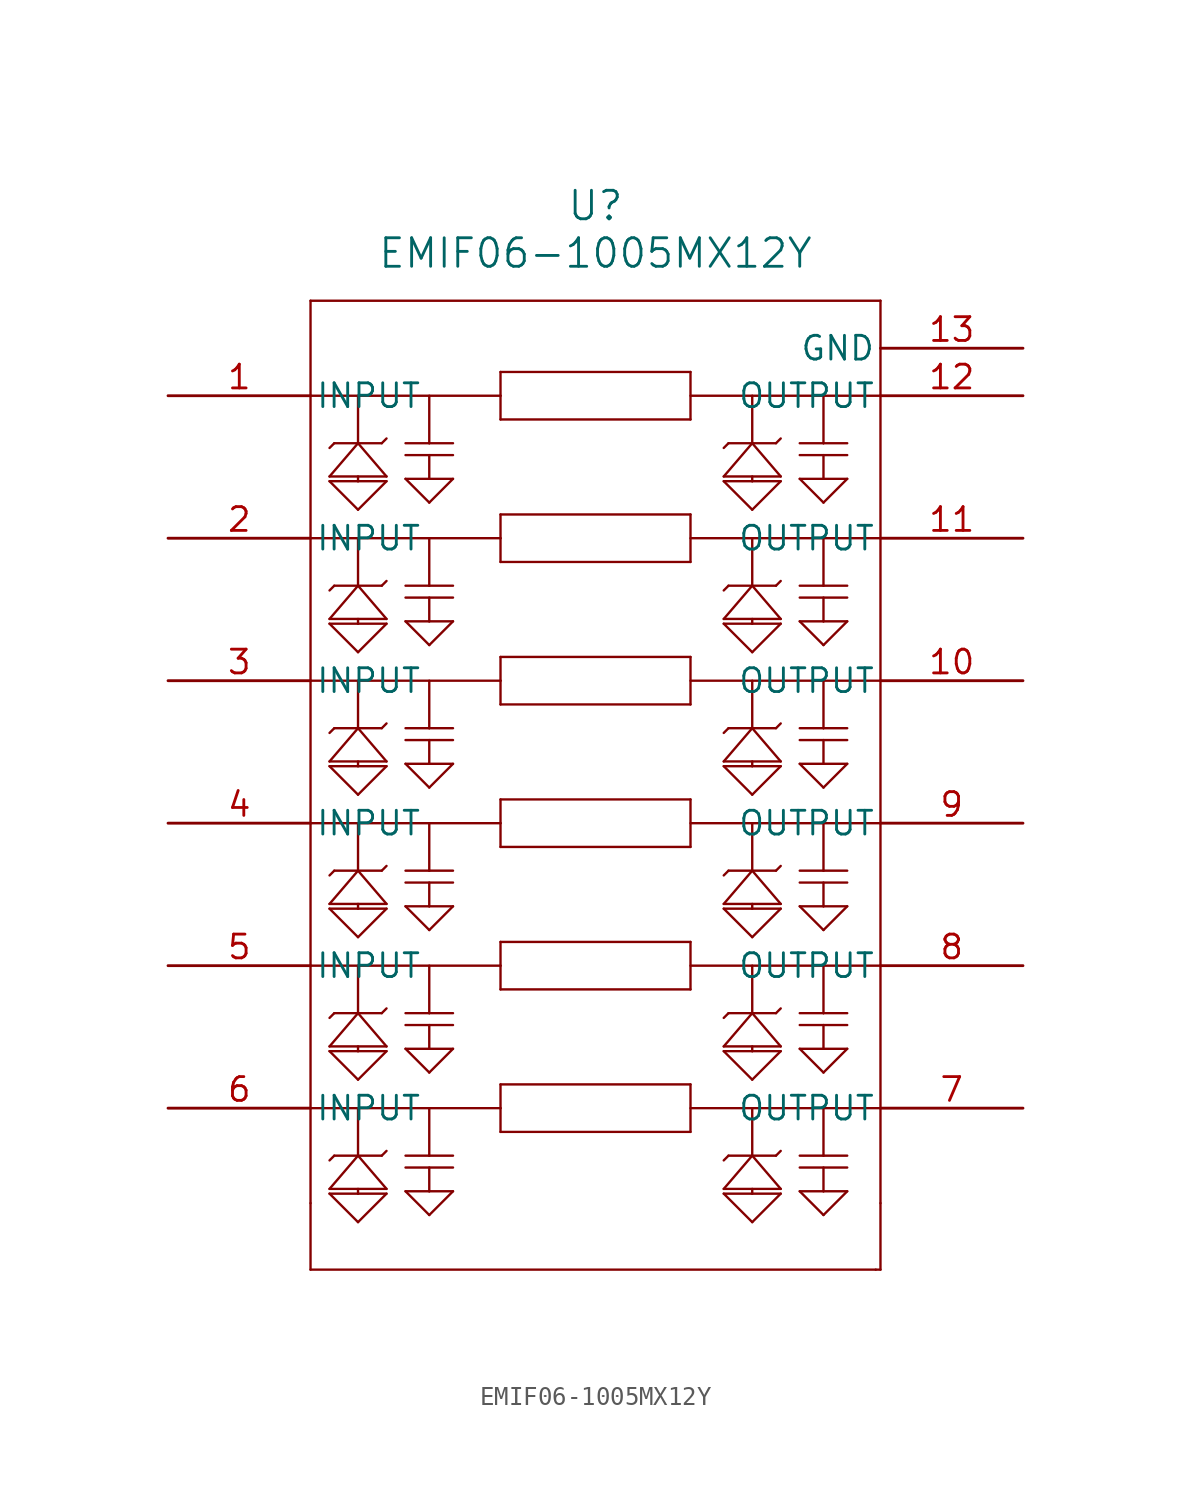
<source format=kicad_sym>
(kicad_symbol_lib
  (version 20211014)
  (generator kicad_symbol_editor)
  (symbol "EMIF06-1005MX12Y"
    (pin_names
      (offset 0.254))
    (property "Reference" "U"
      (at 22.86 10.16 0)
      (effects (font (size 1.524 1.524))))
    (property "Value" "EMIF06-1005MX12Y"
      (at 22.86 7.62 0)
      (effects (font (size 1.524 1.524))))
    (symbol "EMIF06-1005MX12Y_0_1"
      (polyline (pts (xy 7.62 5.08) (xy 7.62 -43.18)) (stroke (width 0.127) (type default) (color 0 0 0 0)) (fill (type none)))
      (polyline (pts (xy 7.62 -46.736) (xy 37.846 -46.736)) (stroke (width 0.127) (type default) (color 0 0 0 0)) (fill (type none)))
      (polyline (pts (xy 38.1 -43.18) (xy 38.1 5.08)) (stroke (width 0.127) (type default) (color 0 0 0 0)) (fill (type none)))
      (polyline (pts (xy 38.1 5.08) (xy 7.62 5.08)) (stroke (width 0.127) (type default) (color 0 0 0 0)) (fill (type none)))
      (polyline (pts (xy 7.62 0) (xy 17.78 0)) (stroke (width 0.127) (type default) (color 0 0 0 0)) (fill (type none)))
      (polyline (pts (xy 38.1 0) (xy 27.94 0)) (stroke (width 0.127) (type default) (color 0 0 0 0)) (fill (type none)))
      (polyline (pts (xy 17.78 0) (xy 17.78 1.27)) (stroke (width 0.127) (type default) (color 0 0 0 0)) (fill (type none)))
      (polyline (pts (xy 17.78 0) (xy 17.78 -1.27)) (stroke (width 0.127) (type default) (color 0 0 0 0)) (fill (type none)))
      (polyline (pts (xy 17.78 -1.27) (xy 27.94 -1.27)) (stroke (width 0.127) (type default) (color 0 0 0 0)) (fill (type none)))
      (polyline (pts (xy 27.94 -1.27) (xy 27.94 1.27)) (stroke (width 0.127) (type default) (color 0 0 0 0)) (fill (type none)))
      (polyline (pts (xy 27.94 1.27) (xy 17.78 1.27)) (stroke (width 0.127) (type default) (color 0 0 0 0)) (fill (type none)))
      (polyline (pts (xy 10.16 0) (xy 10.16 -2.54)) (stroke (width 0.127) (type default) (color 0 0 0 0)) (fill (type none)))
      (polyline (pts (xy 13.97 0) (xy 13.97 -2.54)) (stroke (width 0.127) (type default) (color 0 0 0 0)) (fill (type none)))
      (polyline (pts (xy 13.97 -2.54) (xy 15.24 -2.54)) (stroke (width 0.127) (type default) (color 0 0 0 0)) (fill (type none)))
      (polyline (pts (xy 13.97 -2.54) (xy 12.7 -2.54)) (stroke (width 0.127) (type default) (color 0 0 0 0)) (fill (type none)))
      (polyline (pts (xy 12.7 -3.175) (xy 15.24 -3.175)) (stroke (width 0.127) (type default) (color 0 0 0 0)) (fill (type none)))
      (polyline (pts (xy 13.97 -3.175) (xy 13.97 -4.445)) (stroke (width 0.127) (type default) (color 0 0 0 0)) (fill (type none)))
      (polyline (pts (xy 13.97 -4.445) (xy 12.7 -4.445)) (stroke (width 0.127) (type default) (color 0 0 0 0)) (fill (type none)))
      (polyline (pts (xy 13.97 -4.445) (xy 15.24 -4.445)) (stroke (width 0.127) (type default) (color 0 0 0 0)) (fill (type none)))
      (polyline (pts (xy 15.24 -4.445) (xy 13.97 -5.715)) (stroke (width 0.127) (type default) (color 0 0 0 0)) (fill (type none)))
      (polyline (pts (xy 12.7 -4.445) (xy 13.97 -5.715)) (stroke (width 0.127) (type default) (color 0 0 0 0)) (fill (type none)))
      (polyline (pts (xy 10.16 -2.54) (xy 11.43 -2.54)) (stroke (width 0.127) (type default) (color 0 0 0 0)) (fill (type none)))
      (polyline (pts (xy 10.16 -2.54) (xy 8.89 -2.54)) (stroke (width 0.127) (type default) (color 0 0 0 0)) (fill (type none)))
      (polyline (pts (xy 11.43 -2.54) (xy 11.684 -2.286)) (stroke (width 0.127) (type default) (color 0 0 0 0)) (fill (type none)))
      (polyline (pts (xy 8.89 -2.54) (xy 8.636 -2.794)) (stroke (width 0.127) (type default) (color 0 0 0 0)) (fill (type none)))
      (polyline (pts (xy 10.16 -2.54) (xy 8.636 -4.318)) (stroke (width 0.127) (type default) (color 0 0 0 0)) (fill (type none)))
      (polyline (pts (xy 8.636 -4.318) (xy 11.684 -4.318)) (stroke (width 0.127) (type default) (color 0 0 0 0)) (fill (type none)))
      (polyline (pts (xy 11.684 -4.318) (xy 10.16 -2.54)) (stroke (width 0.127) (type default) (color 0 0 0 0)) (fill (type none)))
      (polyline (pts (xy 10.16 -4.318) (xy 10.16 -4.572)) (stroke (width 0.127) (type default) (color 0 0 0 0)) (fill (type none)))
      (polyline (pts (xy 10.16 -4.572) (xy 8.636 -4.572)) (stroke (width 0.127) (type default) (color 0 0 0 0)) (fill (type none)))
      (polyline (pts (xy 8.636 -4.572) (xy 10.16 -6.096)) (stroke (width 0.127) (type default) (color 0 0 0 0)) (fill (type none)))
      (polyline (pts (xy 10.16 -6.096) (xy 11.684 -4.572)) (stroke (width 0.127) (type default) (color 0 0 0 0)) (fill (type none)))
      (polyline (pts (xy 11.684 -4.572) (xy 10.16 -4.572)) (stroke (width 0.127) (type default) (color 0 0 0 0)) (fill (type none)))
      (polyline (pts (xy 31.242 0) (xy 31.242 -2.54)) (stroke (width 0.127) (type default) (color 0 0 0 0)) (fill (type none)))
      (polyline (pts (xy 35.052 0) (xy 35.052 -2.54)) (stroke (width 0.127) (type default) (color 0 0 0 0)) (fill (type none)))
      (polyline (pts (xy 35.052 -2.54) (xy 36.322 -2.54)) (stroke (width 0.127) (type default) (color 0 0 0 0)) (fill (type none)))
      (polyline (pts (xy 35.052 -2.54) (xy 33.782 -2.54)) (stroke (width 0.127) (type default) (color 0 0 0 0)) (fill (type none)))
      (polyline (pts (xy 33.782 -3.175) (xy 36.322 -3.175)) (stroke (width 0.127) (type default) (color 0 0 0 0)) (fill (type none)))
      (polyline (pts (xy 35.052 -3.175) (xy 35.052 -4.445)) (stroke (width 0.127) (type default) (color 0 0 0 0)) (fill (type none)))
      (polyline (pts (xy 35.052 -4.445) (xy 33.782 -4.445)) (stroke (width 0.127) (type default) (color 0 0 0 0)) (fill (type none)))
      (polyline (pts (xy 35.052 -4.445) (xy 36.322 -4.445)) (stroke (width 0.127) (type default) (color 0 0 0 0)) (fill (type none)))
      (polyline (pts (xy 36.322 -4.445) (xy 35.052 -5.715)) (stroke (width 0.127) (type default) (color 0 0 0 0)) (fill (type none)))
      (polyline (pts (xy 33.782 -4.445) (xy 35.052 -5.715)) (stroke (width 0.127) (type default) (color 0 0 0 0)) (fill (type none)))
      (polyline (pts (xy 31.242 -2.54) (xy 32.512 -2.54)) (stroke (width 0.127) (type default) (color 0 0 0 0)) (fill (type none)))
      (polyline (pts (xy 31.242 -2.54) (xy 29.972 -2.54)) (stroke (width 0.127) (type default) (color 0 0 0 0)) (fill (type none)))
      (polyline (pts (xy 32.512 -2.54) (xy 32.766 -2.286)) (stroke (width 0.127) (type default) (color 0 0 0 0)) (fill (type none)))
      (polyline (pts (xy 29.972 -2.54) (xy 29.718 -2.794)) (stroke (width 0.127) (type default) (color 0 0 0 0)) (fill (type none)))
      (polyline (pts (xy 31.242 -2.54) (xy 29.718 -4.318)) (stroke (width 0.127) (type default) (color 0 0 0 0)) (fill (type none)))
      (polyline (pts (xy 29.718 -4.318) (xy 32.766 -4.318)) (stroke (width 0.127) (type default) (color 0 0 0 0)) (fill (type none)))
      (polyline (pts (xy 32.766 -4.318) (xy 31.242 -2.54)) (stroke (width 0.127) (type default) (color 0 0 0 0)) (fill (type none)))
      (polyline (pts (xy 31.242 -4.318) (xy 31.242 -4.572)) (stroke (width 0.127) (type default) (color 0 0 0 0)) (fill (type none)))
      (polyline (pts (xy 31.242 -4.572) (xy 29.718 -4.572)) (stroke (width 0.127) (type default) (color 0 0 0 0)) (fill (type none)))
      (polyline (pts (xy 29.718 -4.572) (xy 31.242 -6.096)) (stroke (width 0.127) (type default) (color 0 0 0 0)) (fill (type none)))
      (polyline (pts (xy 31.242 -6.096) (xy 32.766 -4.572)) (stroke (width 0.127) (type default) (color 0 0 0 0)) (fill (type none)))
      (polyline (pts (xy 32.766 -4.572) (xy 31.242 -4.572)) (stroke (width 0.127) (type default) (color 0 0 0 0)) (fill (type none)))
      (polyline (pts (xy 17.78 -8.89) (xy 27.94 -8.89)) (stroke (width 0.127) (type default) (color 0 0 0 0)) (fill (type none)))
      (polyline (pts (xy 27.94 -6.35) (xy 17.78 -6.35)) (stroke (width 0.127) (type default) (color 0 0 0 0)) (fill (type none)))
      (polyline (pts (xy 10.16 -7.62) (xy 10.16 -10.16)) (stroke (width 0.127) (type default) (color 0 0 0 0)) (fill (type none)))
      (polyline (pts (xy 13.97 -7.62) (xy 13.97 -10.16)) (stroke (width 0.127) (type default) (color 0 0 0 0)) (fill (type none)))
      (polyline (pts (xy 13.97 -10.16) (xy 15.24 -10.16)) (stroke (width 0.127) (type default) (color 0 0 0 0)) (fill (type none)))
      (polyline (pts (xy 13.97 -10.16) (xy 12.7 -10.16)) (stroke (width 0.127) (type default) (color 0 0 0 0)) (fill (type none)))
      (polyline (pts (xy 12.7 -10.795) (xy 15.24 -10.795)) (stroke (width 0.127) (type default) (color 0 0 0 0)) (fill (type none)))
      (polyline (pts (xy 13.97 -10.795) (xy 13.97 -12.065)) (stroke (width 0.127) (type default) (color 0 0 0 0)) (fill (type none)))
      (polyline (pts (xy 13.97 -12.065) (xy 12.7 -12.065)) (stroke (width 0.127) (type default) (color 0 0 0 0)) (fill (type none)))
      (polyline (pts (xy 13.97 -12.065) (xy 15.24 -12.065)) (stroke (width 0.127) (type default) (color 0 0 0 0)) (fill (type none)))
      (polyline (pts (xy 15.24 -12.065) (xy 13.97 -13.335)) (stroke (width 0.127) (type default) (color 0 0 0 0)) (fill (type none)))
      (polyline (pts (xy 12.7 -12.065) (xy 13.97 -13.335)) (stroke (width 0.127) (type default) (color 0 0 0 0)) (fill (type none)))
      (polyline (pts (xy 10.16 -10.16) (xy 11.43 -10.16)) (stroke (width 0.127) (type default) (color 0 0 0 0)) (fill (type none)))
      (polyline (pts (xy 10.16 -10.16) (xy 8.89 -10.16)) (stroke (width 0.127) (type default) (color 0 0 0 0)) (fill (type none)))
      (polyline (pts (xy 11.43 -10.16) (xy 11.684 -9.906)) (stroke (width 0.127) (type default) (color 0 0 0 0)) (fill (type none)))
      (polyline (pts (xy 8.89 -10.16) (xy 8.636 -10.414)) (stroke (width 0.127) (type default) (color 0 0 0 0)) (fill (type none)))
      (polyline (pts (xy 10.16 -10.16) (xy 8.636 -11.938)) (stroke (width 0.127) (type default) (color 0 0 0 0)) (fill (type none)))
      (polyline (pts (xy 8.636 -11.938) (xy 11.684 -11.938)) (stroke (width 0.127) (type default) (color 0 0 0 0)) (fill (type none)))
      (polyline (pts (xy 11.684 -11.938) (xy 10.16 -10.16)) (stroke (width 0.127) (type default) (color 0 0 0 0)) (fill (type none)))
      (polyline (pts (xy 10.16 -11.938) (xy 10.16 -12.192)) (stroke (width 0.127) (type default) (color 0 0 0 0)) (fill (type none)))
      (polyline (pts (xy 10.16 -12.192) (xy 8.636 -12.192)) (stroke (width 0.127) (type default) (color 0 0 0 0)) (fill (type none)))
      (polyline (pts (xy 8.636 -12.192) (xy 10.16 -13.716)) (stroke (width 0.127) (type default) (color 0 0 0 0)) (fill (type none)))
      (polyline (pts (xy 10.16 -13.716) (xy 11.684 -12.192)) (stroke (width 0.127) (type default) (color 0 0 0 0)) (fill (type none)))
      (polyline (pts (xy 11.684 -12.192) (xy 10.16 -12.192)) (stroke (width 0.127) (type default) (color 0 0 0 0)) (fill (type none)))
      (polyline (pts (xy 31.242 -7.62) (xy 31.242 -10.16)) (stroke (width 0.127) (type default) (color 0 0 0 0)) (fill (type none)))
      (polyline (pts (xy 35.052 -7.62) (xy 35.052 -10.16)) (stroke (width 0.127) (type default) (color 0 0 0 0)) (fill (type none)))
      (polyline (pts (xy 35.052 -10.16) (xy 36.322 -10.16)) (stroke (width 0.127) (type default) (color 0 0 0 0)) (fill (type none)))
      (polyline (pts (xy 35.052 -10.16) (xy 33.782 -10.16)) (stroke (width 0.127) (type default) (color 0 0 0 0)) (fill (type none)))
      (polyline (pts (xy 33.782 -10.795) (xy 36.322 -10.795)) (stroke (width 0.127) (type default) (color 0 0 0 0)) (fill (type none)))
      (polyline (pts (xy 35.052 -10.795) (xy 35.052 -12.065)) (stroke (width 0.127) (type default) (color 0 0 0 0)) (fill (type none)))
      (polyline (pts (xy 35.052 -12.065) (xy 33.782 -12.065)) (stroke (width 0.127) (type default) (color 0 0 0 0)) (fill (type none)))
      (polyline (pts (xy 35.052 -12.065) (xy 36.322 -12.065)) (stroke (width 0.127) (type default) (color 0 0 0 0)) (fill (type none)))
      (polyline (pts (xy 36.322 -12.065) (xy 35.052 -13.335)) (stroke (width 0.127) (type default) (color 0 0 0 0)) (fill (type none)))
      (polyline (pts (xy 33.782 -12.065) (xy 35.052 -13.335)) (stroke (width 0.127) (type default) (color 0 0 0 0)) (fill (type none)))
      (polyline (pts (xy 31.242 -10.16) (xy 32.512 -10.16)) (stroke (width 0.127) (type default) (color 0 0 0 0)) (fill (type none)))
      (polyline (pts (xy 31.242 -10.16) (xy 29.972 -10.16)) (stroke (width 0.127) (type default) (color 0 0 0 0)) (fill (type none)))
      (polyline (pts (xy 32.512 -10.16) (xy 32.766 -9.906)) (stroke (width 0.127) (type default) (color 0 0 0 0)) (fill (type none)))
      (polyline (pts (xy 29.972 -10.16) (xy 29.718 -10.414)) (stroke (width 0.127) (type default) (color 0 0 0 0)) (fill (type none)))
      (polyline (pts (xy 31.242 -10.16) (xy 29.718 -11.938)) (stroke (width 0.127) (type default) (color 0 0 0 0)) (fill (type none)))
      (polyline (pts (xy 29.718 -11.938) (xy 32.766 -11.938)) (stroke (width 0.127) (type default) (color 0 0 0 0)) (fill (type none)))
      (polyline (pts (xy 32.766 -11.938) (xy 31.242 -10.16)) (stroke (width 0.127) (type default) (color 0 0 0 0)) (fill (type none)))
      (polyline (pts (xy 31.242 -11.938) (xy 31.242 -12.192)) (stroke (width 0.127) (type default) (color 0 0 0 0)) (fill (type none)))
      (polyline (pts (xy 31.242 -12.192) (xy 29.718 -12.192)) (stroke (width 0.127) (type default) (color 0 0 0 0)) (fill (type none)))
      (polyline (pts (xy 29.718 -12.192) (xy 31.242 -13.716)) (stroke (width 0.127) (type default) (color 0 0 0 0)) (fill (type none)))
      (polyline (pts (xy 31.242 -13.716) (xy 32.766 -12.192)) (stroke (width 0.127) (type default) (color 0 0 0 0)) (fill (type none)))
      (polyline (pts (xy 32.766 -12.192) (xy 31.242 -12.192)) (stroke (width 0.127) (type default) (color 0 0 0 0)) (fill (type none)))
      (polyline (pts (xy 17.78 -7.62) (xy 17.78 -8.89)) (stroke (width 0.127) (type default) (color 0 0 0 0)) (fill (type none)))
      (polyline (pts (xy 17.78 -7.62) (xy 17.78 -6.35)) (stroke (width 0.127) (type default) (color 0 0 0 0)) (fill (type none)))
      (polyline (pts (xy 27.94 -8.89) (xy 27.94 -6.35)) (stroke (width 0.127) (type default) (color 0 0 0 0)) (fill (type none)))
      (polyline (pts (xy 38.1 -7.62) (xy 27.94 -7.62)) (stroke (width 0.127) (type default) (color 0 0 0 0)) (fill (type none)))
      (polyline (pts (xy 7.62 -7.62) (xy 17.78 -7.62)) (stroke (width 0.127) (type default) (color 0 0 0 0)) (fill (type none)))
      (polyline (pts (xy 17.78 -16.51) (xy 27.94 -16.51)) (stroke (width 0.127) (type default) (color 0 0 0 0)) (fill (type none)))
      (polyline (pts (xy 27.94 -13.97) (xy 17.78 -13.97)) (stroke (width 0.127) (type default) (color 0 0 0 0)) (fill (type none)))
      (polyline (pts (xy 10.16 -15.24) (xy 10.16 -17.78)) (stroke (width 0.127) (type default) (color 0 0 0 0)) (fill (type none)))
      (polyline (pts (xy 13.97 -15.24) (xy 13.97 -17.78)) (stroke (width 0.127) (type default) (color 0 0 0 0)) (fill (type none)))
      (polyline (pts (xy 13.97 -17.78) (xy 15.24 -17.78)) (stroke (width 0.127) (type default) (color 0 0 0 0)) (fill (type none)))
      (polyline (pts (xy 13.97 -17.78) (xy 12.7 -17.78)) (stroke (width 0.127) (type default) (color 0 0 0 0)) (fill (type none)))
      (polyline (pts (xy 12.7 -18.415) (xy 15.24 -18.415)) (stroke (width 0.127) (type default) (color 0 0 0 0)) (fill (type none)))
      (polyline (pts (xy 13.97 -18.415) (xy 13.97 -19.685)) (stroke (width 0.127) (type default) (color 0 0 0 0)) (fill (type none)))
      (polyline (pts (xy 13.97 -19.685) (xy 12.7 -19.685)) (stroke (width 0.127) (type default) (color 0 0 0 0)) (fill (type none)))
      (polyline (pts (xy 13.97 -19.685) (xy 15.24 -19.685)) (stroke (width 0.127) (type default) (color 0 0 0 0)) (fill (type none)))
      (polyline (pts (xy 15.24 -19.685) (xy 13.97 -20.955)) (stroke (width 0.127) (type default) (color 0 0 0 0)) (fill (type none)))
      (polyline (pts (xy 12.7 -19.685) (xy 13.97 -20.955)) (stroke (width 0.127) (type default) (color 0 0 0 0)) (fill (type none)))
      (polyline (pts (xy 10.16 -17.78) (xy 11.43 -17.78)) (stroke (width 0.127) (type default) (color 0 0 0 0)) (fill (type none)))
      (polyline (pts (xy 10.16 -17.78) (xy 8.89 -17.78)) (stroke (width 0.127) (type default) (color 0 0 0 0)) (fill (type none)))
      (polyline (pts (xy 11.43 -17.78) (xy 11.684 -17.526)) (stroke (width 0.127) (type default) (color 0 0 0 0)) (fill (type none)))
      (polyline (pts (xy 8.89 -17.78) (xy 8.636 -18.034)) (stroke (width 0.127) (type default) (color 0 0 0 0)) (fill (type none)))
      (polyline (pts (xy 10.16 -17.78) (xy 8.636 -19.558)) (stroke (width 0.127) (type default) (color 0 0 0 0)) (fill (type none)))
      (polyline (pts (xy 8.636 -19.558) (xy 11.684 -19.558)) (stroke (width 0.127) (type default) (color 0 0 0 0)) (fill (type none)))
      (polyline (pts (xy 11.684 -19.558) (xy 10.16 -17.78)) (stroke (width 0.127) (type default) (color 0 0 0 0)) (fill (type none)))
      (polyline (pts (xy 10.16 -19.558) (xy 10.16 -19.812)) (stroke (width 0.127) (type default) (color 0 0 0 0)) (fill (type none)))
      (polyline (pts (xy 10.16 -19.812) (xy 8.636 -19.812)) (stroke (width 0.127) (type default) (color 0 0 0 0)) (fill (type none)))
      (polyline (pts (xy 8.636 -19.812) (xy 10.16 -21.336)) (stroke (width 0.127) (type default) (color 0 0 0 0)) (fill (type none)))
      (polyline (pts (xy 10.16 -21.336) (xy 11.684 -19.812)) (stroke (width 0.127) (type default) (color 0 0 0 0)) (fill (type none)))
      (polyline (pts (xy 11.684 -19.812) (xy 10.16 -19.812)) (stroke (width 0.127) (type default) (color 0 0 0 0)) (fill (type none)))
      (polyline (pts (xy 31.242 -15.24) (xy 31.242 -17.78)) (stroke (width 0.127) (type default) (color 0 0 0 0)) (fill (type none)))
      (polyline (pts (xy 35.052 -15.24) (xy 35.052 -17.78)) (stroke (width 0.127) (type default) (color 0 0 0 0)) (fill (type none)))
      (polyline (pts (xy 35.052 -17.78) (xy 36.322 -17.78)) (stroke (width 0.127) (type default) (color 0 0 0 0)) (fill (type none)))
      (polyline (pts (xy 35.052 -17.78) (xy 33.782 -17.78)) (stroke (width 0.127) (type default) (color 0 0 0 0)) (fill (type none)))
      (polyline (pts (xy 33.782 -18.415) (xy 36.322 -18.415)) (stroke (width 0.127) (type default) (color 0 0 0 0)) (fill (type none)))
      (polyline (pts (xy 35.052 -18.415) (xy 35.052 -19.685)) (stroke (width 0.127) (type default) (color 0 0 0 0)) (fill (type none)))
      (polyline (pts (xy 35.052 -19.685) (xy 33.782 -19.685)) (stroke (width 0.127) (type default) (color 0 0 0 0)) (fill (type none)))
      (polyline (pts (xy 35.052 -19.685) (xy 36.322 -19.685)) (stroke (width 0.127) (type default) (color 0 0 0 0)) (fill (type none)))
      (polyline (pts (xy 36.322 -19.685) (xy 35.052 -20.955)) (stroke (width 0.127) (type default) (color 0 0 0 0)) (fill (type none)))
      (polyline (pts (xy 33.782 -19.685) (xy 35.052 -20.955)) (stroke (width 0.127) (type default) (color 0 0 0 0)) (fill (type none)))
      (polyline (pts (xy 31.242 -17.78) (xy 32.512 -17.78)) (stroke (width 0.127) (type default) (color 0 0 0 0)) (fill (type none)))
      (polyline (pts (xy 31.242 -17.78) (xy 29.972 -17.78)) (stroke (width 0.127) (type default) (color 0 0 0 0)) (fill (type none)))
      (polyline (pts (xy 32.512 -17.78) (xy 32.766 -17.526)) (stroke (width 0.127) (type default) (color 0 0 0 0)) (fill (type none)))
      (polyline (pts (xy 29.972 -17.78) (xy 29.718 -18.034)) (stroke (width 0.127) (type default) (color 0 0 0 0)) (fill (type none)))
      (polyline (pts (xy 31.242 -17.78) (xy 29.718 -19.558)) (stroke (width 0.127) (type default) (color 0 0 0 0)) (fill (type none)))
      (polyline (pts (xy 29.718 -19.558) (xy 32.766 -19.558)) (stroke (width 0.127) (type default) (color 0 0 0 0)) (fill (type none)))
      (polyline (pts (xy 32.766 -19.558) (xy 31.242 -17.78)) (stroke (width 0.127) (type default) (color 0 0 0 0)) (fill (type none)))
      (polyline (pts (xy 31.242 -19.558) (xy 31.242 -19.812)) (stroke (width 0.127) (type default) (color 0 0 0 0)) (fill (type none)))
      (polyline (pts (xy 31.242 -19.812) (xy 29.718 -19.812)) (stroke (width 0.127) (type default) (color 0 0 0 0)) (fill (type none)))
      (polyline (pts (xy 29.718 -19.812) (xy 31.242 -21.336)) (stroke (width 0.127) (type default) (color 0 0 0 0)) (fill (type none)))
      (polyline (pts (xy 31.242 -21.336) (xy 32.766 -19.812)) (stroke (width 0.127) (type default) (color 0 0 0 0)) (fill (type none)))
      (polyline (pts (xy 32.766 -19.812) (xy 31.242 -19.812)) (stroke (width 0.127) (type default) (color 0 0 0 0)) (fill (type none)))
      (polyline (pts (xy 17.78 -15.24) (xy 17.78 -16.51)) (stroke (width 0.127) (type default) (color 0 0 0 0)) (fill (type none)))
      (polyline (pts (xy 17.78 -15.24) (xy 17.78 -13.97)) (stroke (width 0.127) (type default) (color 0 0 0 0)) (fill (type none)))
      (polyline (pts (xy 27.94 -16.51) (xy 27.94 -13.97)) (stroke (width 0.127) (type default) (color 0 0 0 0)) (fill (type none)))
      (polyline (pts (xy 38.1 -15.24) (xy 27.94 -15.24)) (stroke (width 0.127) (type default) (color 0 0 0 0)) (fill (type none)))
      (polyline (pts (xy 7.62 -15.24) (xy 17.78 -15.24)) (stroke (width 0.127) (type default) (color 0 0 0 0)) (fill (type none)))
      (polyline (pts (xy 17.78 -24.13) (xy 27.94 -24.13)) (stroke (width 0.127) (type default) (color 0 0 0 0)) (fill (type none)))
      (polyline (pts (xy 27.94 -21.59) (xy 17.78 -21.59)) (stroke (width 0.127) (type default) (color 0 0 0 0)) (fill (type none)))
      (polyline (pts (xy 10.16 -22.86) (xy 10.16 -25.4)) (stroke (width 0.127) (type default) (color 0 0 0 0)) (fill (type none)))
      (polyline (pts (xy 13.97 -22.86) (xy 13.97 -25.4)) (stroke (width 0.127) (type default) (color 0 0 0 0)) (fill (type none)))
      (polyline (pts (xy 13.97 -25.4) (xy 15.24 -25.4)) (stroke (width 0.127) (type default) (color 0 0 0 0)) (fill (type none)))
      (polyline (pts (xy 13.97 -25.4) (xy 12.7 -25.4)) (stroke (width 0.127) (type default) (color 0 0 0 0)) (fill (type none)))
      (polyline (pts (xy 12.7 -26.035) (xy 15.24 -26.035)) (stroke (width 0.127) (type default) (color 0 0 0 0)) (fill (type none)))
      (polyline (pts (xy 13.97 -26.035) (xy 13.97 -27.305)) (stroke (width 0.127) (type default) (color 0 0 0 0)) (fill (type none)))
      (polyline (pts (xy 13.97 -27.305) (xy 12.7 -27.305)) (stroke (width 0.127) (type default) (color 0 0 0 0)) (fill (type none)))
      (polyline (pts (xy 13.97 -27.305) (xy 15.24 -27.305)) (stroke (width 0.127) (type default) (color 0 0 0 0)) (fill (type none)))
      (polyline (pts (xy 15.24 -27.305) (xy 13.97 -28.575)) (stroke (width 0.127) (type default) (color 0 0 0 0)) (fill (type none)))
      (polyline (pts (xy 12.7 -27.305) (xy 13.97 -28.575)) (stroke (width 0.127) (type default) (color 0 0 0 0)) (fill (type none)))
      (polyline (pts (xy 10.16 -25.4) (xy 11.43 -25.4)) (stroke (width 0.127) (type default) (color 0 0 0 0)) (fill (type none)))
      (polyline (pts (xy 10.16 -25.4) (xy 8.89 -25.4)) (stroke (width 0.127) (type default) (color 0 0 0 0)) (fill (type none)))
      (polyline (pts (xy 11.43 -25.4) (xy 11.684 -25.146)) (stroke (width 0.127) (type default) (color 0 0 0 0)) (fill (type none)))
      (polyline (pts (xy 8.89 -25.4) (xy 8.636 -25.654)) (stroke (width 0.127) (type default) (color 0 0 0 0)) (fill (type none)))
      (polyline (pts (xy 10.16 -25.4) (xy 8.636 -27.178)) (stroke (width 0.127) (type default) (color 0 0 0 0)) (fill (type none)))
      (polyline (pts (xy 8.636 -27.178) (xy 11.684 -27.178)) (stroke (width 0.127) (type default) (color 0 0 0 0)) (fill (type none)))
      (polyline (pts (xy 11.684 -27.178) (xy 10.16 -25.4)) (stroke (width 0.127) (type default) (color 0 0 0 0)) (fill (type none)))
      (polyline (pts (xy 10.16 -27.178) (xy 10.16 -27.432)) (stroke (width 0.127) (type default) (color 0 0 0 0)) (fill (type none)))
      (polyline (pts (xy 10.16 -27.432) (xy 8.636 -27.432)) (stroke (width 0.127) (type default) (color 0 0 0 0)) (fill (type none)))
      (polyline (pts (xy 8.636 -27.432) (xy 10.16 -28.956)) (stroke (width 0.127) (type default) (color 0 0 0 0)) (fill (type none)))
      (polyline (pts (xy 10.16 -28.956) (xy 11.684 -27.432)) (stroke (width 0.127) (type default) (color 0 0 0 0)) (fill (type none)))
      (polyline (pts (xy 11.684 -27.432) (xy 10.16 -27.432)) (stroke (width 0.127) (type default) (color 0 0 0 0)) (fill (type none)))
      (polyline (pts (xy 31.242 -22.86) (xy 31.242 -25.4)) (stroke (width 0.127) (type default) (color 0 0 0 0)) (fill (type none)))
      (polyline (pts (xy 35.052 -22.86) (xy 35.052 -25.4)) (stroke (width 0.127) (type default) (color 0 0 0 0)) (fill (type none)))
      (polyline (pts (xy 35.052 -25.4) (xy 36.322 -25.4)) (stroke (width 0.127) (type default) (color 0 0 0 0)) (fill (type none)))
      (polyline (pts (xy 35.052 -25.4) (xy 33.782 -25.4)) (stroke (width 0.127) (type default) (color 0 0 0 0)) (fill (type none)))
      (polyline (pts (xy 33.782 -26.035) (xy 36.322 -26.035)) (stroke (width 0.127) (type default) (color 0 0 0 0)) (fill (type none)))
      (polyline (pts (xy 35.052 -26.035) (xy 35.052 -27.305)) (stroke (width 0.127) (type default) (color 0 0 0 0)) (fill (type none)))
      (polyline (pts (xy 35.052 -27.305) (xy 33.782 -27.305)) (stroke (width 0.127) (type default) (color 0 0 0 0)) (fill (type none)))
      (polyline (pts (xy 35.052 -27.305) (xy 36.322 -27.305)) (stroke (width 0.127) (type default) (color 0 0 0 0)) (fill (type none)))
      (polyline (pts (xy 36.322 -27.305) (xy 35.052 -28.575)) (stroke (width 0.127) (type default) (color 0 0 0 0)) (fill (type none)))
      (polyline (pts (xy 33.782 -27.305) (xy 35.052 -28.575)) (stroke (width 0.127) (type default) (color 0 0 0 0)) (fill (type none)))
      (polyline (pts (xy 31.242 -25.4) (xy 32.512 -25.4)) (stroke (width 0.127) (type default) (color 0 0 0 0)) (fill (type none)))
      (polyline (pts (xy 31.242 -25.4) (xy 29.972 -25.4)) (stroke (width 0.127) (type default) (color 0 0 0 0)) (fill (type none)))
      (polyline (pts (xy 32.512 -25.4) (xy 32.766 -25.146)) (stroke (width 0.127) (type default) (color 0 0 0 0)) (fill (type none)))
      (polyline (pts (xy 29.972 -25.4) (xy 29.718 -25.654)) (stroke (width 0.127) (type default) (color 0 0 0 0)) (fill (type none)))
      (polyline (pts (xy 31.242 -25.4) (xy 29.718 -27.178)) (stroke (width 0.127) (type default) (color 0 0 0 0)) (fill (type none)))
      (polyline (pts (xy 29.718 -27.178) (xy 32.766 -27.178)) (stroke (width 0.127) (type default) (color 0 0 0 0)) (fill (type none)))
      (polyline (pts (xy 32.766 -27.178) (xy 31.242 -25.4)) (stroke (width 0.127) (type default) (color 0 0 0 0)) (fill (type none)))
      (polyline (pts (xy 31.242 -27.178) (xy 31.242 -27.432)) (stroke (width 0.127) (type default) (color 0 0 0 0)) (fill (type none)))
      (polyline (pts (xy 31.242 -27.432) (xy 29.718 -27.432)) (stroke (width 0.127) (type default) (color 0 0 0 0)) (fill (type none)))
      (polyline (pts (xy 29.718 -27.432) (xy 31.242 -28.956)) (stroke (width 0.127) (type default) (color 0 0 0 0)) (fill (type none)))
      (polyline (pts (xy 31.242 -28.956) (xy 32.766 -27.432)) (stroke (width 0.127) (type default) (color 0 0 0 0)) (fill (type none)))
      (polyline (pts (xy 32.766 -27.432) (xy 31.242 -27.432)) (stroke (width 0.127) (type default) (color 0 0 0 0)) (fill (type none)))
      (polyline (pts (xy 17.78 -22.86) (xy 17.78 -24.13)) (stroke (width 0.127) (type default) (color 0 0 0 0)) (fill (type none)))
      (polyline (pts (xy 17.78 -22.86) (xy 17.78 -21.59)) (stroke (width 0.127) (type default) (color 0 0 0 0)) (fill (type none)))
      (polyline (pts (xy 27.94 -24.13) (xy 27.94 -21.59)) (stroke (width 0.127) (type default) (color 0 0 0 0)) (fill (type none)))
      (polyline (pts (xy 38.1 -22.86) (xy 27.94 -22.86)) (stroke (width 0.127) (type default) (color 0 0 0 0)) (fill (type none)))
      (polyline (pts (xy 7.62 -22.86) (xy 17.78 -22.86)) (stroke (width 0.127) (type default) (color 0 0 0 0)) (fill (type none)))
      (polyline (pts (xy 17.78 -31.75) (xy 27.94 -31.75)) (stroke (width 0.127) (type default) (color 0 0 0 0)) (fill (type none)))
      (polyline (pts (xy 27.94 -29.21) (xy 17.78 -29.21)) (stroke (width 0.127) (type default) (color 0 0 0 0)) (fill (type none)))
      (polyline (pts (xy 10.16 -30.48) (xy 10.16 -33.02)) (stroke (width 0.127) (type default) (color 0 0 0 0)) (fill (type none)))
      (polyline (pts (xy 13.97 -30.48) (xy 13.97 -33.02)) (stroke (width 0.127) (type default) (color 0 0 0 0)) (fill (type none)))
      (polyline (pts (xy 13.97 -33.02) (xy 15.24 -33.02)) (stroke (width 0.127) (type default) (color 0 0 0 0)) (fill (type none)))
      (polyline (pts (xy 13.97 -33.02) (xy 12.7 -33.02)) (stroke (width 0.127) (type default) (color 0 0 0 0)) (fill (type none)))
      (polyline (pts (xy 12.7 -33.655) (xy 15.24 -33.655)) (stroke (width 0.127) (type default) (color 0 0 0 0)) (fill (type none)))
      (polyline (pts (xy 13.97 -33.655) (xy 13.97 -34.925)) (stroke (width 0.127) (type default) (color 0 0 0 0)) (fill (type none)))
      (polyline (pts (xy 13.97 -34.925) (xy 12.7 -34.925)) (stroke (width 0.127) (type default) (color 0 0 0 0)) (fill (type none)))
      (polyline (pts (xy 13.97 -34.925) (xy 15.24 -34.925)) (stroke (width 0.127) (type default) (color 0 0 0 0)) (fill (type none)))
      (polyline (pts (xy 15.24 -34.925) (xy 13.97 -36.195)) (stroke (width 0.127) (type default) (color 0 0 0 0)) (fill (type none)))
      (polyline (pts (xy 12.7 -34.925) (xy 13.97 -36.195)) (stroke (width 0.127) (type default) (color 0 0 0 0)) (fill (type none)))
      (polyline (pts (xy 10.16 -33.02) (xy 11.43 -33.02)) (stroke (width 0.127) (type default) (color 0 0 0 0)) (fill (type none)))
      (polyline (pts (xy 10.16 -33.02) (xy 8.89 -33.02)) (stroke (width 0.127) (type default) (color 0 0 0 0)) (fill (type none)))
      (polyline (pts (xy 11.43 -33.02) (xy 11.684 -32.766)) (stroke (width 0.127) (type default) (color 0 0 0 0)) (fill (type none)))
      (polyline (pts (xy 8.89 -33.02) (xy 8.636 -33.274)) (stroke (width 0.127) (type default) (color 0 0 0 0)) (fill (type none)))
      (polyline (pts (xy 10.16 -33.02) (xy 8.636 -34.798)) (stroke (width 0.127) (type default) (color 0 0 0 0)) (fill (type none)))
      (polyline (pts (xy 8.636 -34.798) (xy 11.684 -34.798)) (stroke (width 0.127) (type default) (color 0 0 0 0)) (fill (type none)))
      (polyline (pts (xy 11.684 -34.798) (xy 10.16 -33.02)) (stroke (width 0.127) (type default) (color 0 0 0 0)) (fill (type none)))
      (polyline (pts (xy 10.16 -34.798) (xy 10.16 -35.052)) (stroke (width 0.127) (type default) (color 0 0 0 0)) (fill (type none)))
      (polyline (pts (xy 10.16 -35.052) (xy 8.636 -35.052)) (stroke (width 0.127) (type default) (color 0 0 0 0)) (fill (type none)))
      (polyline (pts (xy 8.636 -35.052) (xy 10.16 -36.576)) (stroke (width 0.127) (type default) (color 0 0 0 0)) (fill (type none)))
      (polyline (pts (xy 10.16 -36.576) (xy 11.684 -35.052)) (stroke (width 0.127) (type default) (color 0 0 0 0)) (fill (type none)))
      (polyline (pts (xy 11.684 -35.052) (xy 10.16 -35.052)) (stroke (width 0.127) (type default) (color 0 0 0 0)) (fill (type none)))
      (polyline (pts (xy 31.242 -30.48) (xy 31.242 -33.02)) (stroke (width 0.127) (type default) (color 0 0 0 0)) (fill (type none)))
      (polyline (pts (xy 35.052 -30.48) (xy 35.052 -33.02)) (stroke (width 0.127) (type default) (color 0 0 0 0)) (fill (type none)))
      (polyline (pts (xy 35.052 -33.02) (xy 36.322 -33.02)) (stroke (width 0.127) (type default) (color 0 0 0 0)) (fill (type none)))
      (polyline (pts (xy 35.052 -33.02) (xy 33.782 -33.02)) (stroke (width 0.127) (type default) (color 0 0 0 0)) (fill (type none)))
      (polyline (pts (xy 33.782 -33.655) (xy 36.322 -33.655)) (stroke (width 0.127) (type default) (color 0 0 0 0)) (fill (type none)))
      (polyline (pts (xy 35.052 -33.655) (xy 35.052 -34.925)) (stroke (width 0.127) (type default) (color 0 0 0 0)) (fill (type none)))
      (polyline (pts (xy 35.052 -34.925) (xy 33.782 -34.925)) (stroke (width 0.127) (type default) (color 0 0 0 0)) (fill (type none)))
      (polyline (pts (xy 35.052 -34.925) (xy 36.322 -34.925)) (stroke (width 0.127) (type default) (color 0 0 0 0)) (fill (type none)))
      (polyline (pts (xy 36.322 -34.925) (xy 35.052 -36.195)) (stroke (width 0.127) (type default) (color 0 0 0 0)) (fill (type none)))
      (polyline (pts (xy 33.782 -34.925) (xy 35.052 -36.195)) (stroke (width 0.127) (type default) (color 0 0 0 0)) (fill (type none)))
      (polyline (pts (xy 31.242 -33.02) (xy 32.512 -33.02)) (stroke (width 0.127) (type default) (color 0 0 0 0)) (fill (type none)))
      (polyline (pts (xy 31.242 -33.02) (xy 29.972 -33.02)) (stroke (width 0.127) (type default) (color 0 0 0 0)) (fill (type none)))
      (polyline (pts (xy 32.512 -33.02) (xy 32.766 -32.766)) (stroke (width 0.127) (type default) (color 0 0 0 0)) (fill (type none)))
      (polyline (pts (xy 29.972 -33.02) (xy 29.718 -33.274)) (stroke (width 0.127) (type default) (color 0 0 0 0)) (fill (type none)))
      (polyline (pts (xy 31.242 -33.02) (xy 29.718 -34.798)) (stroke (width 0.127) (type default) (color 0 0 0 0)) (fill (type none)))
      (polyline (pts (xy 29.718 -34.798) (xy 32.766 -34.798)) (stroke (width 0.127) (type default) (color 0 0 0 0)) (fill (type none)))
      (polyline (pts (xy 32.766 -34.798) (xy 31.242 -33.02)) (stroke (width 0.127) (type default) (color 0 0 0 0)) (fill (type none)))
      (polyline (pts (xy 31.242 -34.798) (xy 31.242 -35.052)) (stroke (width 0.127) (type default) (color 0 0 0 0)) (fill (type none)))
      (polyline (pts (xy 31.242 -35.052) (xy 29.718 -35.052)) (stroke (width 0.127) (type default) (color 0 0 0 0)) (fill (type none)))
      (polyline (pts (xy 29.718 -35.052) (xy 31.242 -36.576)) (stroke (width 0.127) (type default) (color 0 0 0 0)) (fill (type none)))
      (polyline (pts (xy 31.242 -36.576) (xy 32.766 -35.052)) (stroke (width 0.127) (type default) (color 0 0 0 0)) (fill (type none)))
      (polyline (pts (xy 32.766 -35.052) (xy 31.242 -35.052)) (stroke (width 0.127) (type default) (color 0 0 0 0)) (fill (type none)))
      (polyline (pts (xy 17.78 -30.48) (xy 17.78 -31.75)) (stroke (width 0.127) (type default) (color 0 0 0 0)) (fill (type none)))
      (polyline (pts (xy 17.78 -30.48) (xy 17.78 -29.21)) (stroke (width 0.127) (type default) (color 0 0 0 0)) (fill (type none)))
      (polyline (pts (xy 27.94 -31.75) (xy 27.94 -29.21)) (stroke (width 0.127) (type default) (color 0 0 0 0)) (fill (type none)))
      (polyline (pts (xy 38.1 -30.48) (xy 27.94 -30.48)) (stroke (width 0.127) (type default) (color 0 0 0 0)) (fill (type none)))
      (polyline (pts (xy 7.62 -30.48) (xy 17.78 -30.48)) (stroke (width 0.127) (type default) (color 0 0 0 0)) (fill (type none)))
      (polyline (pts (xy 17.78 -39.37) (xy 27.94 -39.37)) (stroke (width 0.127) (type default) (color 0 0 0 0)) (fill (type none)))
      (polyline (pts (xy 27.94 -36.83) (xy 17.78 -36.83)) (stroke (width 0.127) (type default) (color 0 0 0 0)) (fill (type none)))
      (polyline (pts (xy 10.16 -38.1) (xy 10.16 -40.64)) (stroke (width 0.127) (type default) (color 0 0 0 0)) (fill (type none)))
      (polyline (pts (xy 13.97 -38.1) (xy 13.97 -40.64)) (stroke (width 0.127) (type default) (color 0 0 0 0)) (fill (type none)))
      (polyline (pts (xy 13.97 -40.64) (xy 15.24 -40.64)) (stroke (width 0.127) (type default) (color 0 0 0 0)) (fill (type none)))
      (polyline (pts (xy 13.97 -40.64) (xy 12.7 -40.64)) (stroke (width 0.127) (type default) (color 0 0 0 0)) (fill (type none)))
      (polyline (pts (xy 12.7 -41.275) (xy 15.24 -41.275)) (stroke (width 0.127) (type default) (color 0 0 0 0)) (fill (type none)))
      (polyline (pts (xy 13.97 -41.275) (xy 13.97 -42.545)) (stroke (width 0.127) (type default) (color 0 0 0 0)) (fill (type none)))
      (polyline (pts (xy 13.97 -42.545) (xy 12.7 -42.545)) (stroke (width 0.127) (type default) (color 0 0 0 0)) (fill (type none)))
      (polyline (pts (xy 13.97 -42.545) (xy 15.24 -42.545)) (stroke (width 0.127) (type default) (color 0 0 0 0)) (fill (type none)))
      (polyline (pts (xy 15.24 -42.545) (xy 13.97 -43.815)) (stroke (width 0.127) (type default) (color 0 0 0 0)) (fill (type none)))
      (polyline (pts (xy 12.7 -42.545) (xy 13.97 -43.815)) (stroke (width 0.127) (type default) (color 0 0 0 0)) (fill (type none)))
      (polyline (pts (xy 10.16 -40.64) (xy 11.43 -40.64)) (stroke (width 0.127) (type default) (color 0 0 0 0)) (fill (type none)))
      (polyline (pts (xy 10.16 -40.64) (xy 8.89 -40.64)) (stroke (width 0.127) (type default) (color 0 0 0 0)) (fill (type none)))
      (polyline (pts (xy 11.43 -40.64) (xy 11.684 -40.386)) (stroke (width 0.127) (type default) (color 0 0 0 0)) (fill (type none)))
      (polyline (pts (xy 8.89 -40.64) (xy 8.636 -40.894)) (stroke (width 0.127) (type default) (color 0 0 0 0)) (fill (type none)))
      (polyline (pts (xy 10.16 -40.64) (xy 8.636 -42.418)) (stroke (width 0.127) (type default) (color 0 0 0 0)) (fill (type none)))
      (polyline (pts (xy 8.636 -42.418) (xy 11.684 -42.418)) (stroke (width 0.127) (type default) (color 0 0 0 0)) (fill (type none)))
      (polyline (pts (xy 11.684 -42.418) (xy 10.16 -40.64)) (stroke (width 0.127) (type default) (color 0 0 0 0)) (fill (type none)))
      (polyline (pts (xy 10.16 -42.418) (xy 10.16 -42.672)) (stroke (width 0.127) (type default) (color 0 0 0 0)) (fill (type none)))
      (polyline (pts (xy 10.16 -42.672) (xy 8.636 -42.672)) (stroke (width 0.127) (type default) (color 0 0 0 0)) (fill (type none)))
      (polyline (pts (xy 8.636 -42.672) (xy 10.16 -44.196)) (stroke (width 0.127) (type default) (color 0 0 0 0)) (fill (type none)))
      (polyline (pts (xy 10.16 -44.196) (xy 11.684 -42.672)) (stroke (width 0.127) (type default) (color 0 0 0 0)) (fill (type none)))
      (polyline (pts (xy 11.684 -42.672) (xy 10.16 -42.672)) (stroke (width 0.127) (type default) (color 0 0 0 0)) (fill (type none)))
      (polyline (pts (xy 31.242 -38.1) (xy 31.242 -40.64)) (stroke (width 0.127) (type default) (color 0 0 0 0)) (fill (type none)))
      (polyline (pts (xy 35.052 -38.1) (xy 35.052 -40.64)) (stroke (width 0.127) (type default) (color 0 0 0 0)) (fill (type none)))
      (polyline (pts (xy 35.052 -40.64) (xy 36.322 -40.64)) (stroke (width 0.127) (type default) (color 0 0 0 0)) (fill (type none)))
      (polyline (pts (xy 35.052 -40.64) (xy 33.782 -40.64)) (stroke (width 0.127) (type default) (color 0 0 0 0)) (fill (type none)))
      (polyline (pts (xy 33.782 -41.275) (xy 36.322 -41.275)) (stroke (width 0.127) (type default) (color 0 0 0 0)) (fill (type none)))
      (polyline (pts (xy 35.052 -41.275) (xy 35.052 -42.545)) (stroke (width 0.127) (type default) (color 0 0 0 0)) (fill (type none)))
      (polyline (pts (xy 35.052 -42.545) (xy 33.782 -42.545)) (stroke (width 0.127) (type default) (color 0 0 0 0)) (fill (type none)))
      (polyline (pts (xy 35.052 -42.545) (xy 36.322 -42.545)) (stroke (width 0.127) (type default) (color 0 0 0 0)) (fill (type none)))
      (polyline (pts (xy 36.322 -42.545) (xy 35.052 -43.815)) (stroke (width 0.127) (type default) (color 0 0 0 0)) (fill (type none)))
      (polyline (pts (xy 33.782 -42.545) (xy 35.052 -43.815)) (stroke (width 0.127) (type default) (color 0 0 0 0)) (fill (type none)))
      (polyline (pts (xy 31.242 -40.64) (xy 32.512 -40.64)) (stroke (width 0.127) (type default) (color 0 0 0 0)) (fill (type none)))
      (polyline (pts (xy 31.242 -40.64) (xy 29.972 -40.64)) (stroke (width 0.127) (type default) (color 0 0 0 0)) (fill (type none)))
      (polyline (pts (xy 32.512 -40.64) (xy 32.766 -40.386)) (stroke (width 0.127) (type default) (color 0 0 0 0)) (fill (type none)))
      (polyline (pts (xy 29.972 -40.64) (xy 29.718 -40.894)) (stroke (width 0.127) (type default) (color 0 0 0 0)) (fill (type none)))
      (polyline (pts (xy 31.242 -40.64) (xy 29.718 -42.418)) (stroke (width 0.127) (type default) (color 0 0 0 0)) (fill (type none)))
      (polyline (pts (xy 29.718 -42.418) (xy 32.766 -42.418)) (stroke (width 0.127) (type default) (color 0 0 0 0)) (fill (type none)))
      (polyline (pts (xy 32.766 -42.418) (xy 31.242 -40.64)) (stroke (width 0.127) (type default) (color 0 0 0 0)) (fill (type none)))
      (polyline (pts (xy 31.242 -42.418) (xy 31.242 -42.672)) (stroke (width 0.127) (type default) (color 0 0 0 0)) (fill (type none)))
      (polyline (pts (xy 31.242 -42.672) (xy 29.718 -42.672)) (stroke (width 0.127) (type default) (color 0 0 0 0)) (fill (type none)))
      (polyline (pts (xy 29.718 -42.672) (xy 31.242 -44.196)) (stroke (width 0.127) (type default) (color 0 0 0 0)) (fill (type none)))
      (polyline (pts (xy 31.242 -44.196) (xy 32.766 -42.672)) (stroke (width 0.127) (type default) (color 0 0 0 0)) (fill (type none)))
      (polyline (pts (xy 32.766 -42.672) (xy 31.242 -42.672)) (stroke (width 0.127) (type default) (color 0 0 0 0)) (fill (type none)))
      (polyline (pts (xy 17.78 -38.1) (xy 17.78 -39.37)) (stroke (width 0.127) (type default) (color 0 0 0 0)) (fill (type none)))
      (polyline (pts (xy 17.78 -38.1) (xy 17.78 -36.83)) (stroke (width 0.127) (type default) (color 0 0 0 0)) (fill (type none)))
      (polyline (pts (xy 27.94 -39.37) (xy 27.94 -36.83)) (stroke (width 0.127) (type default) (color 0 0 0 0)) (fill (type none)))
      (polyline (pts (xy 38.1 -38.1) (xy 27.94 -38.1)) (stroke (width 0.127) (type default) (color 0 0 0 0)) (fill (type none)))
      (polyline (pts (xy 7.62 -38.1) (xy 17.78 -38.1)) (stroke (width 0.127) (type default) (color 0 0 0 0)) (fill (type none)))
      (polyline (pts (xy 7.62 -46.736) (xy 7.62 -43.18)) (stroke (width 0.127) (type default) (color 0 0 0 0)) (fill (type none)))
      (polyline (pts (xy 38.1 -43.18) (xy 38.1 -46.736)) (stroke (width 0.127) (type default) (color 0 0 0 0)) (fill (type none)))
      (polyline (pts (xy 37.846 -46.736) (xy 38.1 -46.736)) (stroke (width 0.127) (type default) (color 0 0 0 0)) (fill (type none)))
      (pin unspecified line (at 0 0 0) (length 7.62) (name "INPUT" (effects (font (size 1.27 1.27)))) (number "1" (effects (font (size 1.27 1.27)))))
      (pin unspecified line (at 0 -7.62 0) (length 7.62) (name "INPUT" (effects (font (size 1.27 1.27)))) (number "2" (effects (font (size 1.27 1.27)))))
      (pin unspecified line (at 0 -15.24 0) (length 7.62) (name "INPUT" (effects (font (size 1.27 1.27)))) (number "3" (effects (font (size 1.27 1.27)))))
      (pin unspecified line (at 0 -22.86 0) (length 7.62) (name "INPUT" (effects (font (size 1.27 1.27)))) (number "4" (effects (font (size 1.27 1.27)))))
      (pin unspecified line (at 0 -30.48 0) (length 7.62) (name "INPUT" (effects (font (size 1.27 1.27)))) (number "5" (effects (font (size 1.27 1.27)))))
      (pin unspecified line (at 0 -38.1 0) (length 7.62) (name "INPUT" (effects (font (size 1.27 1.27)))) (number "6" (effects (font (size 1.27 1.27)))))
      (pin unspecified line (at 45.72 -38.1 180) (length 7.62) (name "OUTPUT" (effects (font (size 1.27 1.27)))) (number "7" (effects (font (size 1.27 1.27)))))
      (pin unspecified line (at 45.72 -30.48 180) (length 7.62) (name "OUTPUT" (effects (font (size 1.27 1.27)))) (number "8" (effects (font (size 1.27 1.27)))))
      (pin unspecified line (at 45.72 -22.86 180) (length 7.62) (name "OUTPUT" (effects (font (size 1.27 1.27)))) (number "9" (effects (font (size 1.27 1.27)))))
      (pin unspecified line (at 45.72 -15.24 180) (length 7.62) (name "OUTPUT" (effects (font (size 1.27 1.27)))) (number "10" (effects (font (size 1.27 1.27)))))
      (pin unspecified line (at 45.72 -7.62 180) (length 7.62) (name "OUTPUT" (effects (font (size 1.27 1.27)))) (number "11" (effects (font (size 1.27 1.27)))))
      (pin unspecified line (at 45.72 0 180) (length 7.62) (name "OUTPUT" (effects (font (size 1.27 1.27)))) (number "12" (effects (font (size 1.27 1.27)))))
      (pin unspecified line (at 45.72 2.54 180) (length 7.62) (name "GND" (effects (font (size 1.27 1.27)))) (number "13" (effects (font (size 1.27 1.27))))))))
</source>
